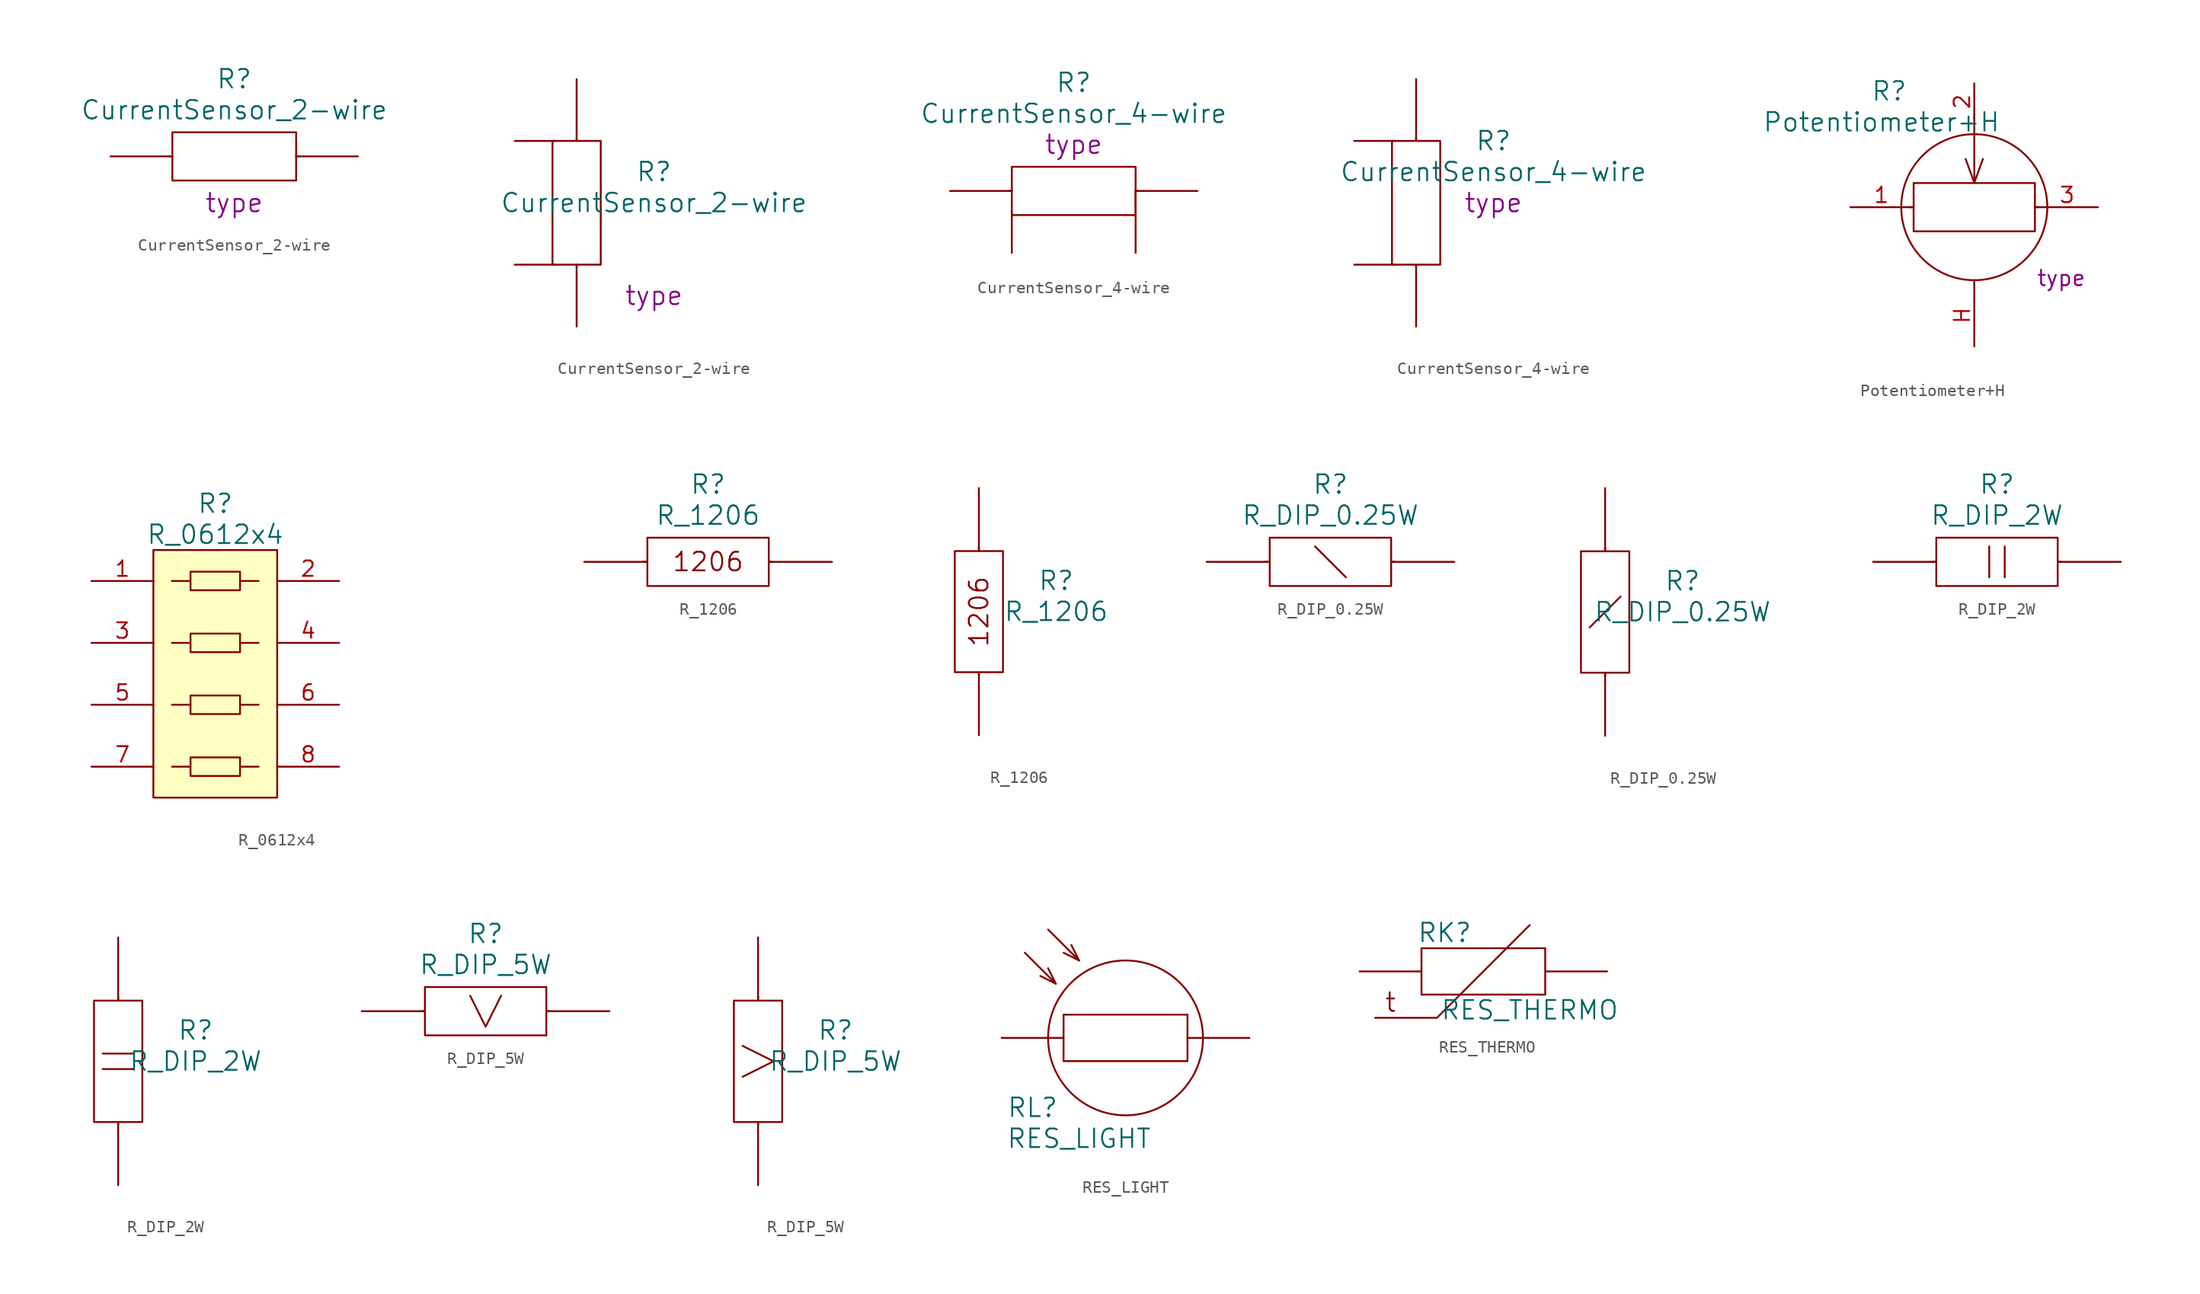
<source format=kicad_sym>
(kicad_symbol_lib
  (version 20220914)
  (generator kicad_symbol_editor)
  (symbol "CurrentSensor_2-wire"
    (pin_numbers hide)
    (pin_names
      (offset 1.016) hide)
    (property "Reference" "R"
      (at 0 6.35 0)
      (effects (font (size 1.524 1.524))))
    (property "Value" "CurrentSensor_2-wire"
      (at 0 3.81 0)
      (effects (font (size 1.524 1.524))))
    (property "Datasheet" ""
      (at -10.16 0 0)
      (effects (font (size 1.524 1.524))))
    (property "Type" "type"
      (at 0 -3.81 0)
      (effects (font (size 1.524 1.524))))
    (symbol "CurrentSensor_2-wire_0_1"
      (rectangle (start -5.08 1.981) (end 5.08 -1.981) (stroke (width 0) (type solid)) (fill (type none)))
      (polyline (pts (xy -5.08 0) (xy -5.334 0)) (stroke (width 0) (type solid)) (fill (type none)))
      (polyline (pts (xy 5.08 0) (xy 5.232 0)) (stroke (width 0) (type solid)) (fill (type none))))
    (symbol "CurrentSensor_2-wire_0_2"
      (rectangle (start -4.369 8.89) (end -8.331 -1.27) (stroke (width 0) (type solid)) (fill (type none)))
      (polyline (pts (xy -6.35 -1.27) (xy -6.35 -1.422)) (stroke (width 0) (type solid)) (fill (type none)))
      (polyline (pts (xy -6.35 8.89) (xy -6.35 9.144)) (stroke (width 0) (type solid)) (fill (type none))))
    (symbol "CurrentSensor_2-wire_1_1"
      (pin passive line (at -10.16 0 0) (length 5.08) (name "~" (effects (font (size 1.27 1.27)))) (number "1" (effects (font (size 1.27 1.27)))))
      (pin passive line (at 10.16 0 180) (length 5.08) (name "~" (effects (font (size 1.27 1.27)))) (number "2" (effects (font (size 1.27 1.27))))))
    (symbol "CurrentSensor_2-wire_1_2"
      (pin passive line (at -6.35 13.97 270) (length 5.08) (name "~" (effects (font (size 1.27 1.27)))) (number "1" (effects (font (size 1.27 1.27)))))
      (pin passive line (at -6.35 -6.35 90) (length 5.08) (name "~" (effects (font (size 1.27 1.27)))) (number "2" (effects (font (size 1.27 1.27)))))
      (pin passive line (at -11.43 8.89 0) (length 3.302) (name "~" (effects (font (size 1.27 1.27)))) (number "3" (effects (font (size 1.27 1.27)))))
      (pin passive line (at -11.43 -1.27 0) (length 3.302) (name "~" (effects (font (size 1.27 1.27)))) (number "4" (effects (font (size 1.27 1.27)))))))
  (symbol "CurrentSensor_4-wire"
    (pin_numbers hide)
    (pin_names
      (offset 1.016) hide)
    (property "Reference" "R"
      (at 0 8.89 0)
      (effects (font (size 1.524 1.524))))
    (property "Value" "CurrentSensor_4-wire"
      (at 0 6.35 0)
      (effects (font (size 1.524 1.524))))
    (property "Datasheet" ""
      (at -10.16 0 0)
      (effects (font (size 1.524 1.524))))
    (property "Type" "type"
      (at 0 3.81 0)
      (effects (font (size 1.524 1.524))))
    (symbol "CurrentSensor_4-wire_0_1"
      (rectangle (start -5.08 1.981) (end 5.08 -1.981) (stroke (width 0) (type solid)) (fill (type none)))
      (polyline (pts (xy -5.08 0) (xy -5.334 0)) (stroke (width 0) (type solid)) (fill (type none)))
      (polyline (pts (xy 5.08 0) (xy 5.232 0)) (stroke (width 0) (type solid)) (fill (type none))))
    (symbol "CurrentSensor_4-wire_0_2"
      (rectangle (start -4.369 8.89) (end -8.331 -1.27) (stroke (width 0) (type solid)) (fill (type none)))
      (polyline (pts (xy -6.35 -1.27) (xy -6.35 -1.422)) (stroke (width 0) (type solid)) (fill (type none)))
      (polyline (pts (xy -6.35 8.89) (xy -6.35 9.144)) (stroke (width 0) (type solid)) (fill (type none))))
    (symbol "CurrentSensor_4-wire_1_1"
      (pin passive line (at -10.16 0 0) (length 5.08) (name "~" (effects (font (size 1.27 1.27)))) (number "1" (effects (font (size 1.27 1.27)))))
      (pin passive line (at 10.16 0 180) (length 5.08) (name "~" (effects (font (size 1.27 1.27)))) (number "2" (effects (font (size 1.27 1.27)))))
      (pin passive line (at -5.08 -5.08 90) (length 3.302) (name "~" (effects (font (size 1.27 1.27)))) (number "3" (effects (font (size 1.27 1.27)))))
      (pin passive line (at 5.08 -5.08 90) (length 5.08) (name "~" (effects (font (size 1.27 1.27)))) (number "4" (effects (font (size 1.27 1.27))))))
    (symbol "CurrentSensor_4-wire_1_2"
      (pin passive line (at -6.35 13.97 270) (length 5.08) (name "~" (effects (font (size 1.27 1.27)))) (number "1" (effects (font (size 1.27 1.27)))))
      (pin passive line (at -6.35 -6.35 90) (length 5.08) (name "~" (effects (font (size 1.27 1.27)))) (number "2" (effects (font (size 1.27 1.27)))))
      (pin passive line (at -11.43 8.89 0) (length 3.302) (name "~" (effects (font (size 1.27 1.27)))) (number "3" (effects (font (size 1.27 1.27)))))
      (pin passive line (at -11.43 -1.27 0) (length 3.302) (name "~" (effects (font (size 1.27 1.27)))) (number "4" (effects (font (size 1.27 1.27)))))))
  (symbol "Potentiometer+H"
    (pin_names
      (offset 1.016) hide)
    (property "Reference" "R"
      (at -6.985 9.525 0)
      (effects (font (size 1.524 1.524))))
    (property "Value" "Potentiometer+H"
      (at -7.62 6.985 0)
      (effects (font (size 1.524 1.524))))
    (property "Footprint" ""
      (at -10.16 0 0)
      (effects (font (size 1.524 1.524))))
    (property "Datasheet" ""
      (at -10.16 0 0)
      (effects (font (size 1.524 1.524))))
    (property "Type" "type"
      (at 5.08 -5.08 0)
      (effects (font (size 1.27 1.27)) (justify left top)))
    (symbol "Potentiometer+H_0_1"
      (rectangle (start -4.978 1.981) (end 4.978 -1.981) (stroke (width 0) (type solid)) (fill (type none)))
      (polyline (pts (xy -4.978 0) (xy -5.283 0)) (stroke (width 0) (type solid)) (fill (type none)))
      (polyline (pts (xy 0 -5.994) (xy 0 -6.35)) (stroke (width 0) (type solid)) (fill (type none)))
      (polyline (pts (xy 0 7.62) (xy 0 1.981)) (stroke (width 0) (type solid)) (fill (type none)))
      (polyline (pts (xy 4.978 0) (xy 5.283 0)) (stroke (width 0) (type solid)) (fill (type none)))
      (polyline (pts (xy -0.711 3.962) (xy 0 2.007) (xy 0.711 3.962)) (stroke (width 0) (type solid)) (fill (type none)))
      (circle (center 0 0) (radius 5.994) (stroke (width 0) (type solid)) (fill (type none))))
    (symbol "Potentiometer+H_1_1"
      (pin passive line (at -10.16 0 0) (length 5.08) (name "1" (effects (font (size 1.27 1.27)))) (number "1" (effects (font (size 1.27 1.27)))))
      (pin passive line (at 0 10.16 270) (length 2.997) (name "2" (effects (font (size 1.27 1.27)))) (number "2" (effects (font (size 1.27 1.27)))))
      (pin passive line (at 10.16 0 180) (length 5.08) (name "3" (effects (font (size 1.27 1.27)))) (number "3" (effects (font (size 1.27 1.27)))))
      (pin passive line (at 0 -11.43 90) (length 5.08) (name "H" (effects (font (size 1.27 1.27)))) (number "H" (effects (font (size 1.27 1.27)))))))
  (symbol "R_0612x4"
    (pin_names
      (offset 1.016) hide)
    (property "Reference" "R"
      (at 0 13.97 0)
      (effects (font (size 1.524 1.524))))
    (property "Value" "R_0612x4"
      (at 0 11.43 0)
      (effects (font (size 1.524 1.524))))
    (property "Datasheet" ""
      (at 20.32 0 90)
      (effects (font (size 1.524 1.524))))
    (symbol "R_0612x4_0_1"
      (rectangle (start -5.08 10.16) (end 5.08 -10.16) (stroke (width 0) (type solid)) (fill (type background)))
      (polyline (pts (xy -2.032 -7.62) (xy -3.556 -7.62)) (stroke (width 0) (type solid)) (fill (type none)))
      (polyline (pts (xy -2.032 -2.54) (xy -3.556 -2.54)) (stroke (width 0) (type solid)) (fill (type none)))
      (polyline (pts (xy -2.032 2.54) (xy -3.556 2.54)) (stroke (width 0) (type solid)) (fill (type none)))
      (polyline (pts (xy -2.032 7.62) (xy -3.556 7.62)) (stroke (width 0) (type solid)) (fill (type none)))
      (polyline (pts (xy 3.556 -7.62) (xy 2.032 -7.62)) (stroke (width 0) (type solid)) (fill (type none)))
      (polyline (pts (xy 3.556 -2.54) (xy 2.032 -2.54)) (stroke (width 0) (type solid)) (fill (type none)))
      (polyline (pts (xy 3.556 2.54) (xy 2.032 2.54)) (stroke (width 0) (type solid)) (fill (type none)))
      (polyline (pts (xy 3.556 7.62) (xy 2.032 7.62)) (stroke (width 0) (type solid)) (fill (type none)))
      (rectangle (start 2.032 -6.858) (end -2.032 -8.382) (stroke (width 0) (type solid)) (fill (type none)))
      (rectangle (start 2.032 -1.778) (end -2.032 -3.302) (stroke (width 0) (type solid)) (fill (type none)))
      (rectangle (start 2.032 3.302) (end -2.032 1.778) (stroke (width 0) (type solid)) (fill (type none)))
      (rectangle (start 2.032 8.382) (end -2.032 6.858) (stroke (width 0) (type solid)) (fill (type none))))
    (symbol "R_0612x4_1_1"
      (pin passive line (at -10.16 7.62 0) (length 5.08) (name "~" (effects (font (size 1.27 1.27)))) (number "1" (effects (font (size 1.27 1.27)))))
      (pin passive line (at 10.16 7.62 180) (length 5.08) (name "~" (effects (font (size 1.27 1.27)))) (number "2" (effects (font (size 1.27 1.27)))))
      (pin passive line (at -10.16 2.54 0) (length 5.08) (name "~" (effects (font (size 1.27 1.27)))) (number "3" (effects (font (size 1.27 1.27)))))
      (pin passive line (at 10.16 2.54 180) (length 5.08) (name "~" (effects (font (size 1.27 1.27)))) (number "4" (effects (font (size 1.27 1.27)))))
      (pin passive line (at -10.16 -2.54 0) (length 5.08) (name "~" (effects (font (size 1.27 1.27)))) (number "5" (effects (font (size 1.27 1.27)))))
      (pin passive line (at 10.16 -2.54 180) (length 5.08) (name "~" (effects (font (size 1.27 1.27)))) (number "6" (effects (font (size 1.27 1.27)))))
      (pin passive line (at -10.16 -7.62 0) (length 5.08) (name "~" (effects (font (size 1.27 1.27)))) (number "7" (effects (font (size 1.27 1.27)))))
      (pin passive line (at 10.16 -7.62 180) (length 5.08) (name "~" (effects (font (size 1.27 1.27)))) (number "8" (effects (font (size 1.27 1.27)))))))
  (symbol "R_1206"
    (pin_numbers hide)
    (pin_names
      (offset 1.016) hide)
    (property "Reference" "R"
      (at 0 6.35 0)
      (effects (font (size 1.524 1.524))))
    (property "Value" "R_1206"
      (at 0 3.81 0)
      (effects (font (size 1.524 1.524))))
    (property "Datasheet" ""
      (at -10.16 0 0)
      (effects (font (size 1.524 1.524))))
    (symbol "R_1206_0_1"
      (rectangle (start -4.978 1.981) (end 4.978 -1.981) (stroke (width 0) (type solid)) (fill (type none)))
      (polyline (pts (xy -4.978 0) (xy -5.334 0)) (stroke (width 0) (type solid)) (fill (type none)))
      (polyline (pts (xy 4.978 0) (xy 5.232 0)) (stroke (width 0) (type solid)) (fill (type none)))
      (text "1206" (at 0 0 0) (effects (font (size 1.524 1.524)))))
    (symbol "R_1206_0_2"
      (rectangle (start -4.369 8.788) (end -8.331 -1.168) (stroke (width 0) (type solid)) (fill (type none)))
      (polyline (pts (xy -6.35 -1.168) (xy -6.35 -1.422)) (stroke (width 0) (type solid)) (fill (type none)))
      (polyline (pts (xy -6.35 8.788) (xy -6.35 9.144)) (stroke (width 0) (type solid)) (fill (type none)))
      (text "1206" (at -6.35 3.81 900) (effects (font (size 1.524 1.524)))))
    (symbol "R_1206_1_1"
      (pin passive line (at -10.16 0 0) (length 5.08) (name "~" (effects (font (size 1.27 1.27)))) (number "1" (effects (font (size 1.27 1.27)))))
      (pin passive line (at 10.16 0 180) (length 5.08) (name "~" (effects (font (size 1.27 1.27)))) (number "2" (effects (font (size 1.27 1.27))))))
    (symbol "R_1206_1_2"
      (pin passive line (at -6.35 13.97 270) (length 5.08) (name "~" (effects (font (size 1.27 1.27)))) (number "1" (effects (font (size 1.27 1.27)))))
      (pin passive line (at -6.35 -6.35 90) (length 5.08) (name "~" (effects (font (size 1.27 1.27)))) (number "2" (effects (font (size 1.27 1.27)))))))
  (symbol "R_DIP_0.25W"
    (pin_numbers hide)
    (pin_names
      (offset 1.016) hide)
    (property "Reference" "R"
      (at 0 6.35 0)
      (effects (font (size 1.524 1.524))))
    (property "Value" "R_DIP_0.25W"
      (at 0 3.81 0)
      (effects (font (size 1.524 1.524))))
    (property "Datasheet" ""
      (at -10.16 0 0)
      (effects (font (size 1.524 1.524))))
    (symbol "R_DIP_0.25W_0_1"
      (rectangle (start -4.978 1.981) (end 4.978 -1.981) (stroke (width 0) (type solid)) (fill (type none)))
      (polyline (pts (xy -4.978 0) (xy -5.334 0)) (stroke (width 0) (type solid)) (fill (type none)))
      (polyline (pts (xy -1.27 1.27) (xy 1.27 -1.27)) (stroke (width 0) (type solid)) (fill (type none)))
      (polyline (pts (xy 4.978 0) (xy 5.232 0)) (stroke (width 0) (type solid)) (fill (type none))))
    (symbol "R_DIP_0.25W_0_2"
      (rectangle (start -4.369 8.788) (end -8.331 -1.168) (stroke (width 0) (type solid)) (fill (type none)))
      (polyline (pts (xy -6.35 -1.168) (xy -6.35 -1.422)) (stroke (width 0) (type solid)) (fill (type none)))
      (polyline (pts (xy -6.35 8.788) (xy -6.35 9.144)) (stroke (width 0) (type solid)) (fill (type none)))
      (polyline (pts (xy -5.08 5.08) (xy -7.62 2.54)) (stroke (width 0) (type solid)) (fill (type none))))
    (symbol "R_DIP_0.25W_1_1"
      (pin passive line (at -10.16 0 0) (length 5.08) (name "~" (effects (font (size 1.27 1.27)))) (number "1" (effects (font (size 1.27 1.27)))))
      (pin passive line (at 10.16 0 180) (length 5.08) (name "~" (effects (font (size 1.27 1.27)))) (number "2" (effects (font (size 1.27 1.27))))))
    (symbol "R_DIP_0.25W_1_2"
      (pin passive line (at -6.35 13.97 270) (length 5.08) (name "~" (effects (font (size 1.27 1.27)))) (number "1" (effects (font (size 1.27 1.27)))))
      (pin passive line (at -6.35 -6.35 90) (length 5.08) (name "~" (effects (font (size 1.27 1.27)))) (number "2" (effects (font (size 1.27 1.27)))))))
  (symbol "R_DIP_2W"
    (pin_numbers hide)
    (pin_names
      (offset 1.016) hide)
    (property "Reference" "R"
      (at 0 6.35 0)
      (effects (font (size 1.524 1.524))))
    (property "Value" "R_DIP_2W"
      (at 0 3.81 0)
      (effects (font (size 1.524 1.524))))
    (property "Datasheet" ""
      (at -10.16 0 0)
      (effects (font (size 1.524 1.524))))
    (symbol "R_DIP_2W_0_1"
      (rectangle (start -4.978 1.981) (end 4.978 -1.981) (stroke (width 0) (type solid)) (fill (type none)))
      (polyline (pts (xy -4.978 0) (xy -5.334 0)) (stroke (width 0) (type solid)) (fill (type none)))
      (polyline (pts (xy -0.635 1.27) (xy -0.635 -1.27)) (stroke (width 0) (type solid)) (fill (type none)))
      (polyline (pts (xy 0.635 1.27) (xy 0.635 -1.27)) (stroke (width 0) (type solid)) (fill (type none)))
      (polyline (pts (xy 4.978 0) (xy 5.232 0)) (stroke (width 0) (type solid)) (fill (type none))))
    (symbol "R_DIP_2W_0_2"
      (rectangle (start -4.369 8.788) (end -8.331 -1.168) (stroke (width 0) (type solid)) (fill (type none)))
      (polyline (pts (xy -7.62 3.175) (xy -5.08 3.175)) (stroke (width 0) (type solid)) (fill (type none)))
      (polyline (pts (xy -6.35 -1.168) (xy -6.35 -1.422)) (stroke (width 0) (type solid)) (fill (type none)))
      (polyline (pts (xy -6.35 8.788) (xy -6.35 9.144)) (stroke (width 0) (type solid)) (fill (type none)))
      (polyline (pts (xy -5.08 4.445) (xy -7.62 4.445)) (stroke (width 0) (type solid)) (fill (type none))))
    (symbol "R_DIP_2W_1_1"
      (pin passive line (at -10.16 0 0) (length 5.08) (name "~" (effects (font (size 1.27 1.27)))) (number "1" (effects (font (size 1.27 1.27)))))
      (pin passive line (at 10.16 0 180) (length 5.08) (name "~" (effects (font (size 1.27 1.27)))) (number "2" (effects (font (size 1.27 1.27))))))
    (symbol "R_DIP_2W_1_2"
      (pin passive line (at -6.35 13.97 270) (length 5.08) (name "~" (effects (font (size 1.27 1.27)))) (number "1" (effects (font (size 1.27 1.27)))))
      (pin passive line (at -6.35 -6.35 90) (length 5.08) (name "~" (effects (font (size 1.27 1.27)))) (number "2" (effects (font (size 1.27 1.27)))))))
  (symbol "R_DIP_5W"
    (pin_numbers hide)
    (pin_names
      (offset 1.016) hide)
    (property "Reference" "R"
      (at 0 6.35 0)
      (effects (font (size 1.524 1.524))))
    (property "Value" "R_DIP_5W"
      (at 0 3.81 0)
      (effects (font (size 1.524 1.524))))
    (property "Datasheet" ""
      (at -10.16 0 0)
      (effects (font (size 1.524 1.524))))
    (symbol "R_DIP_5W_0_1"
      (rectangle (start -4.978 1.981) (end 4.978 -1.981) (stroke (width 0) (type solid)) (fill (type none)))
      (polyline (pts (xy -4.978 0) (xy -5.334 0)) (stroke (width 0) (type solid)) (fill (type none)))
      (polyline (pts (xy 4.978 0) (xy 5.232 0)) (stroke (width 0) (type solid)) (fill (type none)))
      (polyline (pts (xy 1.27 1.27) (xy 0 -1.27) (xy -1.27 1.27)) (stroke (width 0) (type solid)) (fill (type none))))
    (symbol "R_DIP_5W_0_2"
      (rectangle (start -4.369 8.788) (end -8.331 -1.168) (stroke (width 0) (type solid)) (fill (type none)))
      (polyline (pts (xy -6.35 -1.168) (xy -6.35 -1.422)) (stroke (width 0) (type solid)) (fill (type none)))
      (polyline (pts (xy -6.35 8.788) (xy -6.35 9.144)) (stroke (width 0) (type solid)) (fill (type none)))
      (polyline (pts (xy -7.62 2.54) (xy -5.08 3.81) (xy -7.62 5.08)) (stroke (width 0) (type solid)) (fill (type none))))
    (symbol "R_DIP_5W_1_1"
      (pin passive line (at -10.16 0 0) (length 5.08) (name "~" (effects (font (size 1.27 1.27)))) (number "1" (effects (font (size 1.27 1.27)))))
      (pin passive line (at 10.16 0 180) (length 5.08) (name "~" (effects (font (size 1.27 1.27)))) (number "2" (effects (font (size 1.27 1.27))))))
    (symbol "R_DIP_5W_1_2"
      (pin passive line (at -6.35 13.97 270) (length 5.08) (name "~" (effects (font (size 1.27 1.27)))) (number "1" (effects (font (size 1.27 1.27)))))
      (pin passive line (at -6.35 -6.35 90) (length 5.08) (name "~" (effects (font (size 1.27 1.27)))) (number "2" (effects (font (size 1.27 1.27)))))))
  (symbol "RES_LIGHT"
    (pin_numbers hide)
    (pin_names
      (offset 1.016) hide)
    (property "Reference" "RL"
      (at 2.54 -5.715 0)
      (effects (font (size 1.524 1.524))))
    (property "Value" "RES_LIGHT"
      (at 6.35 -8.255 0)
      (effects (font (size 1.524 1.524))))
    (property "Footprint" ""
      (at 0 -8.255 0)
      (effects (font (size 1.524 1.524))))
    (property "Datasheet" ""
      (at 2.54 -5.715 0)
      (effects (font (size 1.524 1.524))))
    (symbol "RES_LIGHT_0_1"
      (polyline (pts (xy 4.445 4.445) (xy 1.905 6.985) (xy 1.905 6.985)) (stroke (width 0) (type solid)) (fill (type none)))
      (polyline (pts (xy 6.35 6.35) (xy 3.81 8.89) (xy 3.81 8.89)) (stroke (width 0) (type solid)) (fill (type none)))
      (polyline (pts (xy 3.81 5.715) (xy 4.445 4.445) (xy 3.175 5.08) (xy 3.175 5.08)) (stroke (width 0) (type solid)) (fill (type none)))
      (polyline (pts (xy 5.715 7.62) (xy 6.35 6.35) (xy 5.08 6.985) (xy 5.08 6.985)) (stroke (width 0) (type solid)) (fill (type none)))
      (rectangle (start 5.08 1.905) (end 15.24 -1.905) (stroke (width 0) (type solid)) (fill (type none)))
      (circle (center 10.16 0) (radius 6.35) (stroke (width 0) (type solid)) (fill (type none))))
    (symbol "RES_LIGHT_1_1"
      (pin input line (at 0 0 0) (length 5.08) (name "1" (effects (font (size 1.27 1.27)))) (number "1" (effects (font (size 1.27 1.27)))))
      (pin input line (at 20.32 0 180) (length 5.08) (name "2" (effects (font (size 1.27 1.27)))) (number "2" (effects (font (size 1.27 1.27)))))))
  (symbol "RES_THERMO"
    (pin_numbers hide)
    (pin_names
      (offset 1.016) hide)
    (property "Reference" "RK"
      (at 6.985 3.175 0)
      (effects (font (size 1.524 1.524))))
    (property "Value" "RES_THERMO"
      (at 13.97 -3.175 0)
      (effects (font (size 1.524 1.524))))
    (property "Footprint" ""
      (at 0 0 0)
      (effects (font (size 1.524 1.524))))
    (property "Datasheet" ""
      (at 6.985 3.175 0)
      (effects (font (size 1.524 1.524))))
    (symbol "RES_THERMO_0_0"
      (text "t" (at 2.54 -2.54 0) (effects (font (size 1.524 1.524)))))
    (symbol "RES_THERMO_0_1"
      (polyline (pts (xy 13.97 3.81) (xy 6.35 -3.81) (xy 1.27 -3.81)) (stroke (width 0) (type solid)) (fill (type none)))
      (rectangle (start 5.08 1.905) (end 15.24 -1.905) (stroke (width 0) (type solid)) (fill (type none))))
    (symbol "RES_THERMO_1_1"
      (pin input line (at 0 0 0) (length 5.08) (name "1" (effects (font (size 1.27 1.27)))) (number "1" (effects (font (size 1.27 1.27)))))
      (pin input line (at 20.32 0 180) (length 5.08) (name "2" (effects (font (size 1.27 1.27)))) (number "2" (effects (font (size 1.27 1.27))))))))
</source>
